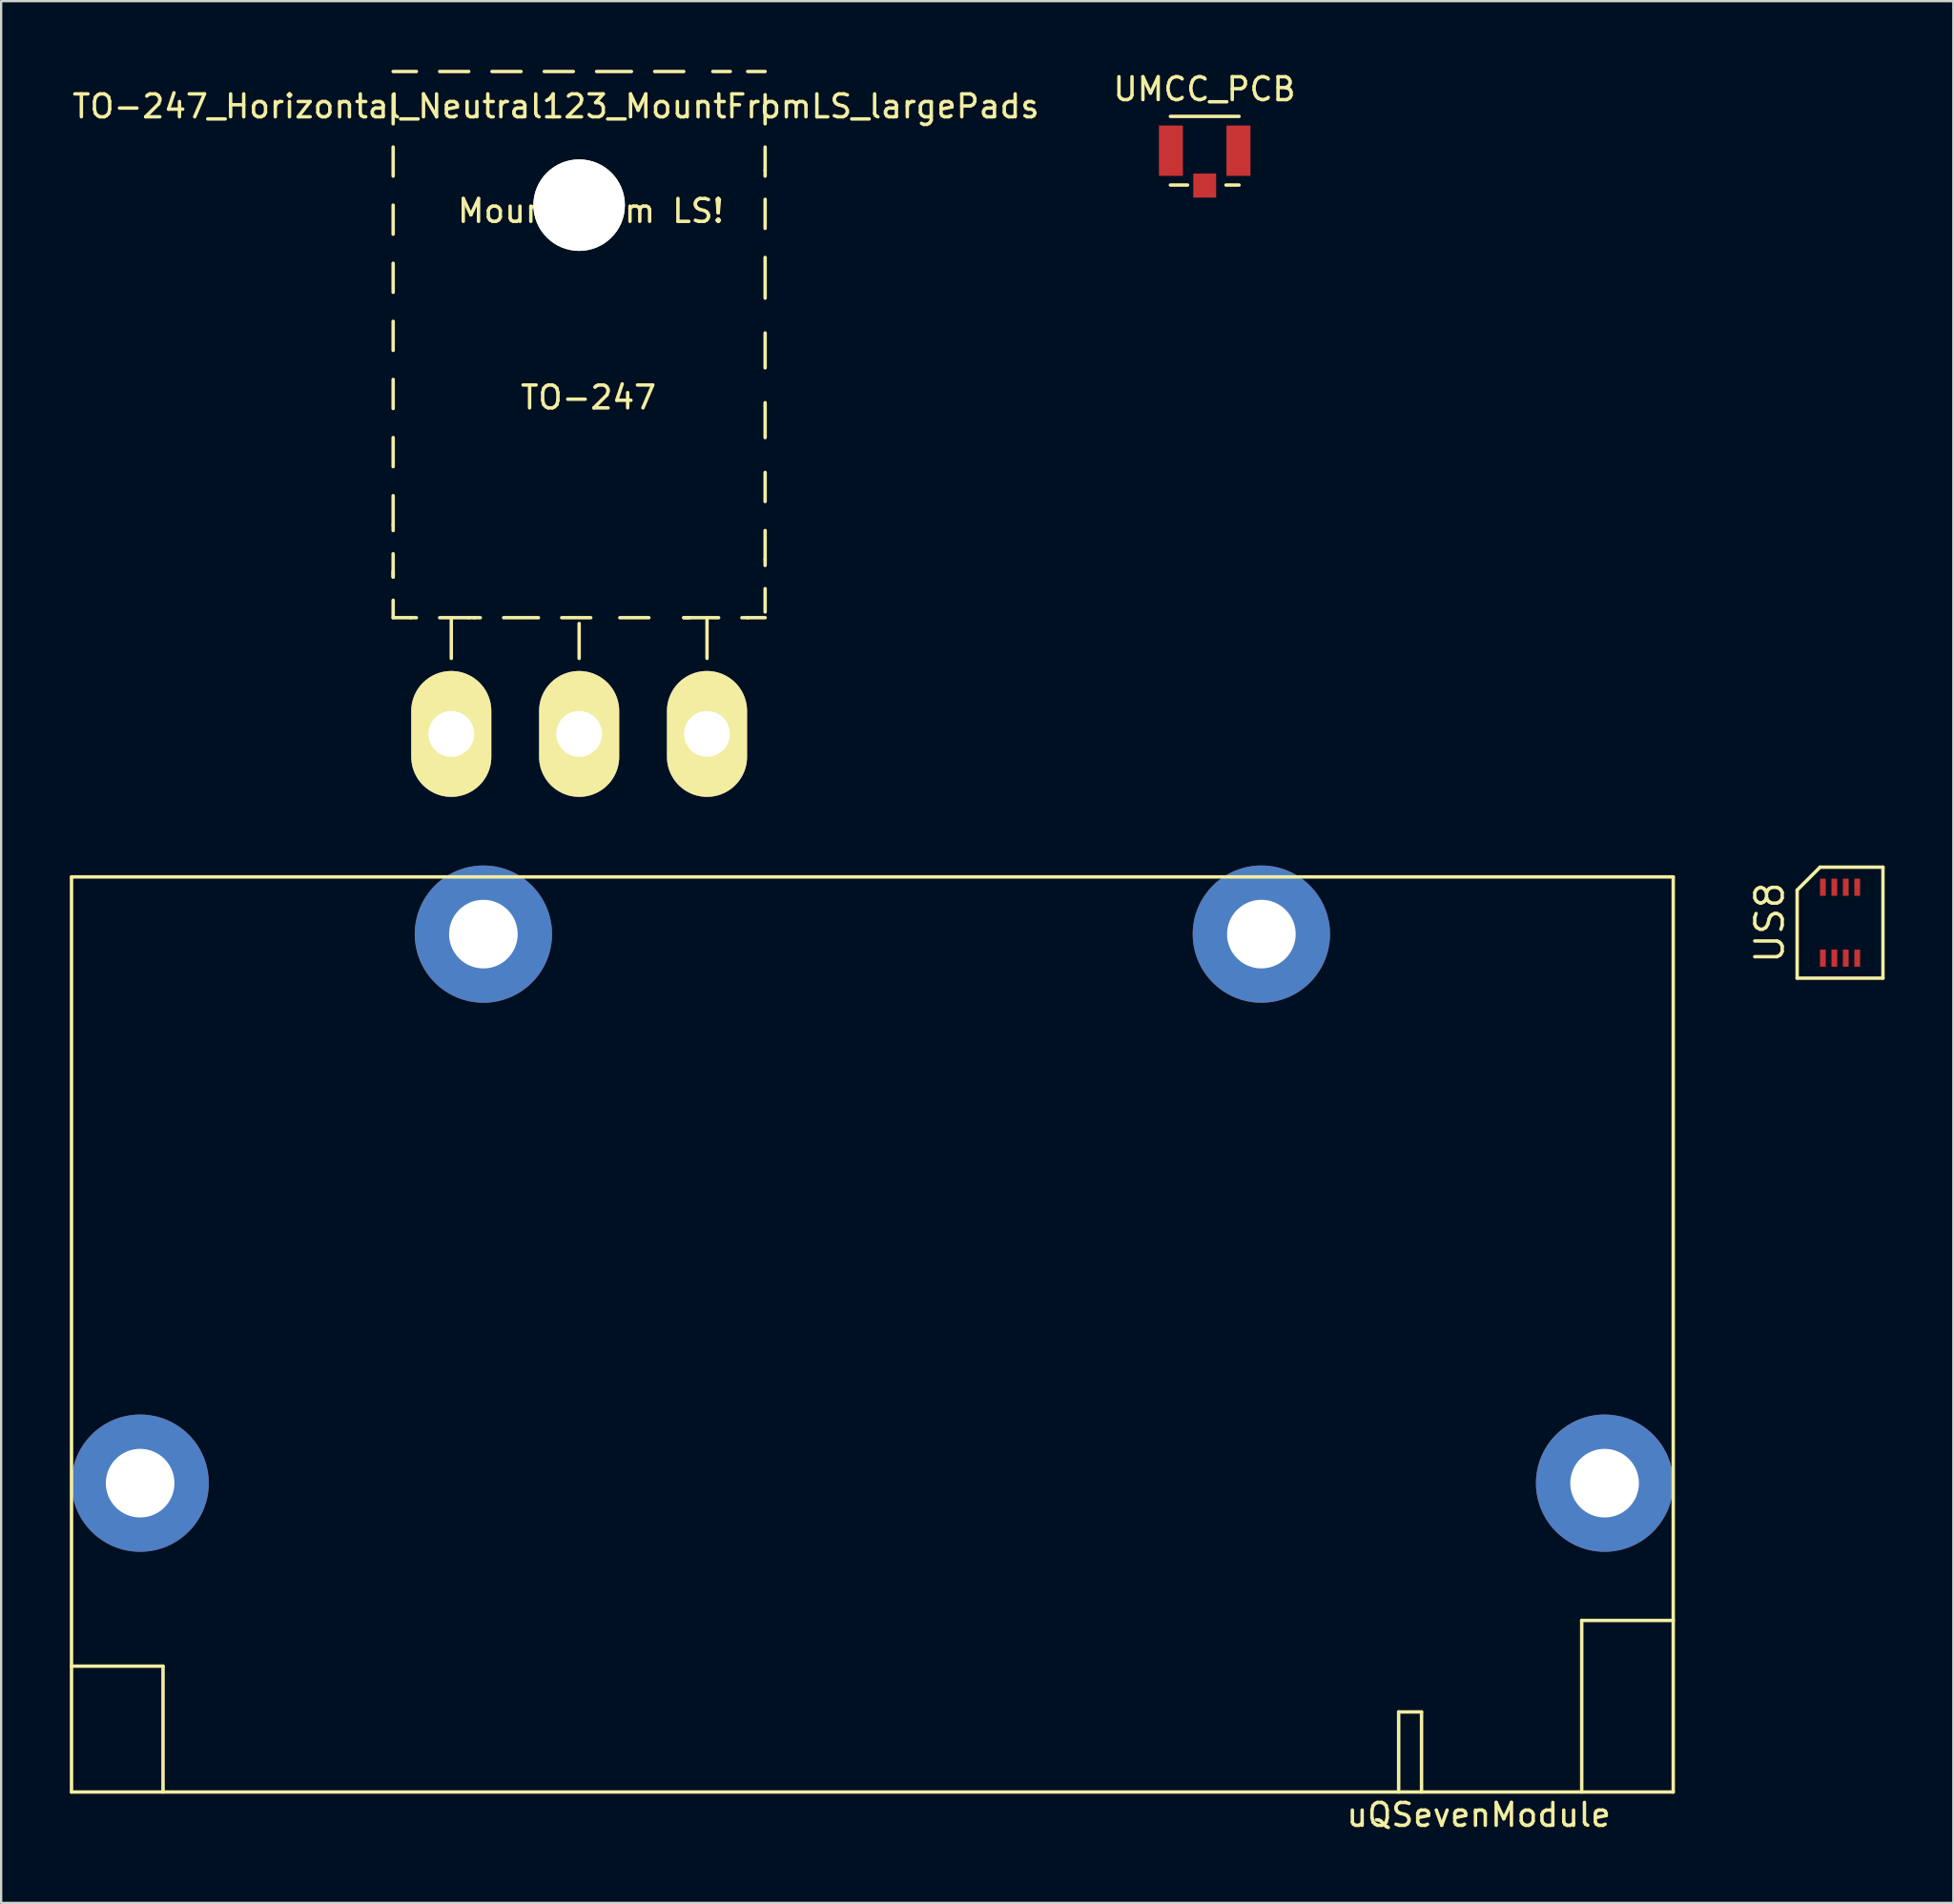
<source format=kicad_pcb>
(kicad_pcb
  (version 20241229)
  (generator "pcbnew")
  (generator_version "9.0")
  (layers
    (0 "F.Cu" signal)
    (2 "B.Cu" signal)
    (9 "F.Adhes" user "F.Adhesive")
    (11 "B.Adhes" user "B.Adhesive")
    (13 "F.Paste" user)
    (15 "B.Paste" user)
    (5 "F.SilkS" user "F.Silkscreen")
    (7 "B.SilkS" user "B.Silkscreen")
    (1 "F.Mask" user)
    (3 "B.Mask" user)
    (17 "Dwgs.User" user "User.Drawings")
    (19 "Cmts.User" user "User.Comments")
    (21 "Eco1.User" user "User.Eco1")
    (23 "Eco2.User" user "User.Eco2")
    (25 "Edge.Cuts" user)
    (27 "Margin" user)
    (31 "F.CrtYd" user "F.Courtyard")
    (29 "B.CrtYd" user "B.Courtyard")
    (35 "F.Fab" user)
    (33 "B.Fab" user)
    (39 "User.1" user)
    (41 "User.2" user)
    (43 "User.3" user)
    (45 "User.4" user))
  (footprint "UMCC_PCB"
    (layer "F.Cu")
    (at 49.599 3.538)
    (property "Reference" "UMCC_PCB" (at -0.01 -2.69 0) (layer "F.SilkS") (effects (font (size 1 1) (thickness 0.15))))
    (attr through_hole)
    (fp_line (start -1.5 -1.5) (end 1.5 -1.5) (stroke (width 0.15) (type solid)) (layer "F.SilkS"))
    (fp_line (start -0.75 1.5) (end -1.5 1.5) (stroke (width 0.15) (type solid)) (layer "F.SilkS"))
    (fp_line (start 1.5 1.5) (end 0.93 1.5) (stroke (width 0.15) (type solid)) (layer "F.SilkS"))
    (pad "1" smd rect (at 0 1.525) (size 1 1.05) (layers "F.Cu" "F.Mask" "F.Paste"))
    (pad "2" smd rect (at -1.475 0) (size 1.05 2.2) (layers "F.Cu" "F.Mask" "F.Paste"))
    (pad "2" smd rect (at 1.475 0) (size 1.05 2.2) (layers "F.Cu" "F.Mask" "F.Paste")))
  (footprint "uQSevenModule"
    (layer "F.Cu")
    (at 70.075 75.282)
    (property "Reference" "uQSevenModule" (at -8.5 1 0) (layer "F.SilkS") (effects (font (size 1 1) (thickness 0.15))))
    (attr through_hole)
    (fp_line (start -70 -40) (end 0 -40) (stroke (width 0.15) (type solid)) (layer "F.SilkS"))
    (fp_line (start -70 -5.5) (end -66 -5.5) (stroke (width 0.15) (type solid)) (layer "F.SilkS"))
    (fp_line (start -70 0) (end -70 -40) (stroke (width 0.15) (type solid)) (layer "F.SilkS"))
    (fp_line (start -66 -5.5) (end -66 0) (stroke (width 0.15) (type solid)) (layer "F.SilkS"))
    (fp_line (start -12 -3.5) (end -11 -3.5) (stroke (width 0.15) (type solid)) (layer "F.SilkS"))
    (fp_line (start -12 0) (end -12 -3.5) (stroke (width 0.15) (type solid)) (layer "F.SilkS"))
    (fp_line (start -11 -3.5) (end -11 0) (stroke (width 0.15) (type solid)) (layer "F.SilkS"))
    (fp_line (start -4 -7.5) (end 0 -7.5) (stroke (width 0.15) (type solid)) (layer "F.SilkS"))
    (fp_line (start -4 0) (end -4 -7.5) (stroke (width 0.15) (type solid)) (layer "F.SilkS"))
    (fp_line (start 0 -40) (end 0 0) (stroke (width 0.15) (type solid)) (layer "F.SilkS"))
    (fp_line (start 0 0) (end -70 0) (stroke (width 0.15) (type solid)) (layer "F.SilkS"))
    (pad "1" thru_hole circle (at -67 -13.5 90) (size 6 6) (drill 3) (layers "*.Cu" "*.Mask"))
    (pad "1" thru_hole circle (at -52 -37.5 90) (size 6 6) (drill 3) (layers "*.Cu" "*.Mask"))
    (pad "1" thru_hole circle (at -18 -37.5 90) (size 6 6) (drill 3) (layers "*.Cu" "*.Mask"))
    (pad "1" thru_hole circle (at -3 -13.5 90) (size 6 6) (drill 3) (layers "*.Cu" "*.Mask")))
  (footprint "TO-247_Horizontal_Neutral123_MountFromLS_largePads"
    (layer "F.Cu")
    (at 22.26 29.031)
    (property "Reference" "TO-247_Horizontal_Neutral123_MountFromLS_largePads" (at -1.016 -27.432 0) (layer "F.SilkS") (effects (font (size 1 1) (thickness 0.15))))
    (attr through_hole)
    (fp_line (start -8.128 -28.956) (end -7.112 -28.956) (stroke (width 0.15) (type solid)) (layer "F.SilkS"))
    (fp_line (start -8.128 -27.94) (end -8.128 -26.67) (stroke (width 0.15) (type solid)) (layer "F.SilkS"))
    (fp_line (start -8.128 -25.654) (end -8.128 -24.384) (stroke (width 0.15) (type solid)) (layer "F.SilkS"))
    (fp_line (start -8.128 -23.114) (end -8.128 -21.844) (stroke (width 0.15) (type solid)) (layer "F.SilkS"))
    (fp_line (start -8.128 -20.574) (end -8.128 -19.304) (stroke (width 0.15) (type solid)) (layer "F.SilkS"))
    (fp_line (start -8.128 -18.034) (end -8.128 -16.764) (stroke (width 0.15) (type solid)) (layer "F.SilkS"))
    (fp_line (start -8.128 -15.494) (end -8.128 -14.224) (stroke (width 0.15) (type solid)) (layer "F.SilkS"))
    (fp_line (start -8.128 -12.954) (end -8.128 -11.684) (stroke (width 0.15) (type solid)) (layer "F.SilkS"))
    (fp_line (start -8.128 -10.414) (end -8.128 -9.144) (stroke (width 0.15) (type solid)) (layer "F.SilkS"))
    (fp_line (start -8.128 -9.144) (end -8.128 -8.89) (stroke (width 0.15) (type solid)) (layer "F.SilkS"))
    (fp_line (start -8.128 -7.874) (end -8.128 -6.858) (stroke (width 0.15) (type solid)) (layer "F.SilkS"))
    (fp_line (start -8.128 -6.858) (end -8.128 -7.112) (stroke (width 0.15) (type solid)) (layer "F.SilkS"))
    (fp_line (start -8.128 -5.842) (end -8.128 -5.08) (stroke (width 0.15) (type solid)) (layer "F.SilkS"))
    (fp_line (start -8.128 -5.08) (end -7.366 -5.08) (stroke (width 0.15) (type solid)) (layer "F.SilkS"))
    (fp_line (start -7.366 -5.08) (end -7.112 -5.08) (stroke (width 0.15) (type solid)) (layer "F.SilkS"))
    (fp_line (start -6.096 -28.956) (end -4.826 -28.956) (stroke (width 0.15) (type solid)) (layer "F.SilkS"))
    (fp_line (start -6.096 -5.08) (end -4.826 -5.08) (stroke (width 0.15) (type solid)) (layer "F.SilkS"))
    (fp_line (start -5.588 -3.302) (end -5.588 -5.08) (stroke (width 0.15) (type solid)) (layer "F.SilkS"))
    (fp_line (start -4.826 -5.08) (end -4.572 -5.08) (stroke (width 0.15) (type solid)) (layer "F.SilkS"))
    (fp_line (start -4.572 -5.08) (end -4.318 -5.08) (stroke (width 0.15) (type solid)) (layer "F.SilkS"))
    (fp_line (start -3.81 -28.956) (end -2.54 -28.956) (stroke (width 0.15) (type solid)) (layer "F.SilkS"))
    (fp_line (start -3.302 -5.08) (end -1.778 -5.08) (stroke (width 0.15) (type solid)) (layer "F.SilkS"))
    (fp_line (start -1.524 -28.956) (end -0.254 -28.956) (stroke (width 0.15) (type solid)) (layer "F.SilkS"))
    (fp_line (start -0.762 -5.08) (end 0.508 -5.08) (stroke (width 0.15) (type solid)) (layer "F.SilkS"))
    (fp_line (start 0 -3.302) (end 0 -4.826) (stroke (width 0.15) (type solid)) (layer "F.SilkS"))
    (fp_line (start 0.762 -28.956) (end 2.286 -28.956) (stroke (width 0.15) (type solid)) (layer "F.SilkS"))
    (fp_line (start 1.778 -5.08) (end 3.048 -5.08) (stroke (width 0.15) (type solid)) (layer "F.SilkS"))
    (fp_line (start 3.302 -28.956) (end 4.572 -28.956) (stroke (width 0.15) (type solid)) (layer "F.SilkS"))
    (fp_line (start 4.572 -5.08) (end 4.826 -5.08) (stroke (width 0.15) (type solid)) (layer "F.SilkS"))
    (fp_line (start 5.588 -3.302) (end 5.588 -5.08) (stroke (width 0.15) (type solid)) (layer "F.SilkS"))
    (fp_line (start 5.842 -28.956) (end 6.604 -28.956) (stroke (width 0.15) (type solid)) (layer "F.SilkS"))
    (fp_line (start 6.096 -5.08) (end 4.572 -5.08) (stroke (width 0.15) (type solid)) (layer "F.SilkS"))
    (fp_line (start 7.366 -28.956) (end 8.128 -28.956) (stroke (width 0.15) (type solid)) (layer "F.SilkS"))
    (fp_line (start 7.366 -5.08) (end 7.112 -5.08) (stroke (width 0.15) (type solid)) (layer "F.SilkS"))
    (fp_line (start 8.128 -27.94) (end 8.128 -26.67) (stroke (width 0.15) (type solid)) (layer "F.SilkS"))
    (fp_line (start 8.128 -25.654) (end 8.128 -24.638) (stroke (width 0.15) (type solid)) (layer "F.SilkS"))
    (fp_line (start 8.128 -24.638) (end 8.128 -24.384) (stroke (width 0.15) (type solid)) (layer "F.SilkS"))
    (fp_line (start 8.128 -23.368) (end 8.128 -22.098) (stroke (width 0.15) (type solid)) (layer "F.SilkS"))
    (fp_line (start 8.128 -20.828) (end 8.128 -19.05) (stroke (width 0.15) (type solid)) (layer "F.SilkS"))
    (fp_line (start 8.128 -17.526) (end 8.128 -16.002) (stroke (width 0.15) (type solid)) (layer "F.SilkS"))
    (fp_line (start 8.128 -14.478) (end 8.128 -12.954) (stroke (width 0.15) (type solid)) (layer "F.SilkS"))
    (fp_line (start 8.128 -11.43) (end 8.128 -10.16) (stroke (width 0.15) (type solid)) (layer "F.SilkS"))
    (fp_line (start 8.128 -8.89) (end 8.128 -7.62) (stroke (width 0.15) (type solid)) (layer "F.SilkS"))
    (fp_line (start 8.128 -7.62) (end 8.128 -7.366) (stroke (width 0.15) (type solid)) (layer "F.SilkS"))
    (fp_line (start 8.128 -6.35) (end 8.128 -5.334) (stroke (width 0.15) (type solid)) (layer "F.SilkS"))
    (fp_line (start 8.128 -5.08) (end 7.366 -5.08) (stroke (width 0.15) (type solid)) (layer "F.SilkS"))
    (fp_circle (center 0 -23.114) (end 1.778 -23.114) (stroke (width 0.15) (type solid)) (fill no) (layer "F.SilkS"))
    (fp_text user "TO-247" (at 0.406 -14.707 0) (layer "F.SilkS") (effects (font (size 1 1) (thickness 0.15))))
    (fp_text user "Mount from LS!" (at 0.508 -22.86 0) (layer "F.SilkS") (effects (font (size 1 1) (thickness 0.15))))
    (pad "" np_thru_hole circle (at 0 -23.114) (size 4 4) (drill 4) (layers "*.Cu" "*.Mask" "F.SilkS"))
    (pad "1" thru_hole oval (at 5.588 0 90) (size 5.502 3.5) (drill 2) (layers "*.Cu" "*.Mask" "F.SilkS"))
    (pad "2" thru_hole oval (at 0 0 90) (size 5.502 3.5) (drill 2) (layers "*.Cu" "*.Mask" "F.SilkS"))
    (pad "3" thru_hole oval (at -5.588 0 90) (size 5.502 3.5) (drill 2) (layers "*.Cu" "*.Mask" "F.SilkS")))
  (footprint "US8"
    (layer "F.Cu")
    (at 77.365 37.282)
    (property "Reference" "US8" (at -3.075 0 90) (layer "F.SilkS") (effects (font (size 1.2 1.2) (thickness 0.15))))
    (attr through_hole)
    (fp_line (start -1.875 -1.425) (end -1.875 2.425) (stroke (width 0.15) (type solid)) (layer "F.SilkS"))
    (fp_line (start -1.875 2.425) (end 1.875 2.425) (stroke (width 0.15) (type solid)) (layer "F.SilkS"))
    (fp_line (start -0.875 -2.425) (end -1.875 -1.425) (stroke (width 0.15) (type solid)) (layer "F.SilkS"))
    (fp_line (start 1.875 -2.425) (end -0.875 -2.425) (stroke (width 0.15) (type solid)) (layer "F.SilkS"))
    (fp_line (start 1.875 2.425) (end 1.875 -2.425) (stroke (width 0.15) (type solid)) (layer "F.SilkS"))
    (pad "1" smd rect (at -0.75 1.55) (size 0.25 0.75) (layers "F.Cu" "F.Mask" "F.Paste"))
    (pad "2" smd rect (at -0.25 1.55) (size 0.25 0.75) (layers "F.Cu" "F.Mask" "F.Paste"))
    (pad "3" smd rect (at 0.25 1.55) (size 0.25 0.75) (layers "F.Cu" "F.Mask" "F.Paste"))
    (pad "4" smd rect (at 0.75 1.55) (size 0.25 0.75) (layers "F.Cu" "F.Mask" "F.Paste"))
    (pad "5" smd rect (at 0.75 -1.55) (size 0.25 0.75) (layers "F.Cu" "F.Mask" "F.Paste"))
    (pad "6" smd rect (at 0.25 -1.55) (size 0.25 0.75) (layers "F.Cu" "F.Mask" "F.Paste"))
    (pad "7" smd rect (at -0.25 -1.55) (size 0.25 0.75) (layers "F.Cu" "F.Mask" "F.Paste"))
    (pad "8" smd rect (at -0.75 -1.55) (size 0.25 0.75) (layers "F.Cu" "F.Mask" "F.Paste")))
  (gr_rect
    (start -3 -3)
    (end 82.315 80.13)
    (stroke (width 0.1) (type default))
    (fill no)
    (layer "Edge.Cuts")))
</source>
